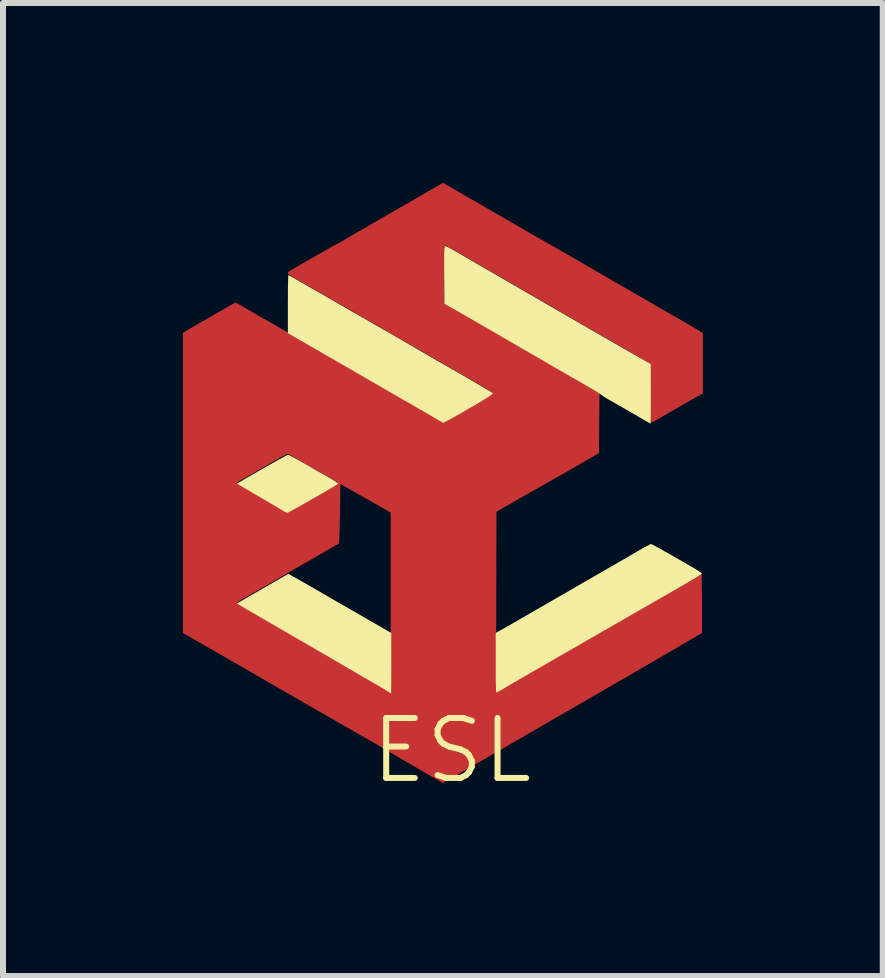
<source format=kicad_pcb>
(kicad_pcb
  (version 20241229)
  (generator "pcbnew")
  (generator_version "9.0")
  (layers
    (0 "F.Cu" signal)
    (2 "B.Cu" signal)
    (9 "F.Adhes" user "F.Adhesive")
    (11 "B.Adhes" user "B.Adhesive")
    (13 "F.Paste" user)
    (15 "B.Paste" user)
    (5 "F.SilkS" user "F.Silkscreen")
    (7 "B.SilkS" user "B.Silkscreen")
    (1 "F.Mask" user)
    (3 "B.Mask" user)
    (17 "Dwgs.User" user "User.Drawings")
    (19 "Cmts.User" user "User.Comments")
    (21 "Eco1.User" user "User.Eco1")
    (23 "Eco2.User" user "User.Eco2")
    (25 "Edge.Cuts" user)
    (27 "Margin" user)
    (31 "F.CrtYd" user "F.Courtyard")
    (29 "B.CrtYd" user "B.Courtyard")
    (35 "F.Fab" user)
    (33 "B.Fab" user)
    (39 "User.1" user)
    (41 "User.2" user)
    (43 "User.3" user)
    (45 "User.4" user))
  (footprint "ESL"
    (layer "F.Cu")
    (at 4.485 9.965)
    (property "Reference" "ESL" (at 0 -0.5 0) (unlocked yes) (layer "F.SilkS") (effects (font (size 1 1) (thickness 0.1))))
    (fp_poly (pts (xy 0.064 -9.844) (xy 0.16 -9.788) (xy 0.269 -9.725) (xy 0.378 -9.662) (xy 0.474 -9.607) (xy 0.478 -9.605) (xy 0.566 -9.554) (xy 0.66 -9.499) (xy 0.749 -9.448) (xy 0.823 -9.405) (xy 0.83 -9.401) (xy 0.913 -9.353) (xy 1.006 -9.299) (xy 1.094 -9.248) (xy 1.124 -9.231) (xy 1.266 -9.149) (xy 1.382 -9.082) (xy 1.478 -9.027) (xy 1.554 -8.984) (xy 1.614 -8.95) (xy 1.66 -8.924) (xy 1.698 -8.903) (xy 1.758 -8.869) (xy 1.835 -8.825) (xy 1.924 -8.774) (xy 2.019 -8.718) (xy 2.076 -8.686) (xy 2.248 -8.585) (xy 2.426 -8.482) (xy 2.604 -8.379) (xy 2.774 -8.281) (xy 2.931 -8.19) (xy 3.068 -8.111) (xy 3.08 -8.104) (xy 3.157 -8.06) (xy 3.247 -8.008) (xy 3.336 -7.957) (xy 3.378 -7.932) (xy 3.445 -7.893) (xy 3.531 -7.843) (xy 3.628 -7.788) (xy 3.727 -7.731) (xy 3.794 -7.693) (xy 3.88 -7.643) (xy 3.962 -7.596) (xy 4.033 -7.554) (xy 4.088 -7.522) (xy 4.119 -7.503) (xy 4.186 -7.461) (xy 4.186 -6.959) (xy 4.186 -6.456) (xy 4.088 -6.401) (xy 4.045 -6.377) (xy 3.981 -6.34) (xy 3.901 -6.294) (xy 3.81 -6.242) (xy 3.713 -6.186) (xy 3.672 -6.162) (xy 3.581 -6.11) (xy 3.498 -6.062) (xy 3.427 -6.022) (xy 3.373 -5.992) (xy 3.339 -5.974) (xy 3.331 -5.97) (xy 3.324 -5.97) (xy 3.319 -5.98) (xy 3.315 -6.002) (xy 3.312 -6.039) (xy 3.31 -6.094) (xy 3.309 -6.171) (xy 3.308 -6.271) (xy 3.308 -6.399) (xy 3.308 -6.455) (xy 3.308 -6.949) (xy 3.163 -7.035) (xy 3.095 -7.075) (xy 3.03 -7.113) (xy 2.978 -7.143) (xy 2.955 -7.156) (xy 2.925 -7.173) (xy 2.873 -7.203) (xy 2.801 -7.244) (xy 2.715 -7.294) (xy 2.617 -7.35) (xy 2.513 -7.41) (xy 2.492 -7.422) (xy 2.381 -7.486) (xy 2.27 -7.55) (xy 2.165 -7.611) (xy 2.071 -7.665) (xy 1.993 -7.71) (xy 1.937 -7.743) (xy 1.936 -7.744) (xy 1.852 -7.792) (xy 1.758 -7.847) (xy 1.669 -7.898) (xy 1.63 -7.921) (xy 1.548 -7.968) (xy 1.457 -8.021) (xy 1.371 -8.071) (xy 1.34 -8.089) (xy 1.263 -8.133) (xy 1.173 -8.185) (xy 1.084 -8.236) (xy 1.042 -8.261) (xy 1 -8.286) (xy 0.958 -8.31) (xy 0.915 -8.335) (xy 0.867 -8.363) (xy 0.811 -8.395) (xy 0.744 -8.434) (xy 0.665 -8.48) (xy 0.568 -8.535) (xy 0.452 -8.602) (xy 0.314 -8.682) (xy 0.207 -8.744) (xy 0.117 -8.796) (xy 0.036 -8.842) (xy -0.032 -8.88) (xy -0.082 -8.909) (xy -0.112 -8.925) (xy -0.118 -8.927) (xy -0.12 -8.912) (xy -0.122 -8.87) (xy -0.123 -8.803) (xy -0.125 -8.717) (xy -0.125 -8.614) (xy -0.126 -8.499) (xy -0.126 -8.445) (xy -0.126 -7.963) (xy 0.027 -7.876) (xy 0.076 -7.848) (xy 0.131 -7.816) (xy 0.195 -7.779) (xy 0.271 -7.735) (xy 0.362 -7.683) (xy 0.469 -7.621) (xy 0.596 -7.548) (xy 0.746 -7.461) (xy 0.854 -7.399) (xy 0.943 -7.347) (xy 1.054 -7.283) (xy 1.178 -7.212) (xy 1.31 -7.135) (xy 1.443 -7.058) (xy 1.571 -6.984) (xy 1.687 -6.917) (xy 1.755 -6.877) (xy 1.822 -6.839) (xy 1.883 -6.803) (xy 1.93 -6.776) (xy 1.951 -6.764) (xy 1.984 -6.746) (xy 2.036 -6.716) (xy 2.1 -6.679) (xy 2.163 -6.643) (xy 2.235 -6.602) (xy 2.304 -6.562) (xy 2.361 -6.528) (xy 2.395 -6.507) (xy 2.461 -6.465) (xy 2.457 -5.962) (xy 2.453 -5.459) (xy 2.249 -5.341) (xy 2.157 -5.288) (xy 2.054 -5.229) (xy 1.954 -5.172) (xy 1.868 -5.123) (xy 1.865 -5.121) (xy 1.777 -5.071) (xy 1.678 -5.015) (xy 1.583 -4.961) (xy 1.52 -4.925) (xy 1.452 -4.886) (xy 1.391 -4.851) (xy 1.343 -4.824) (xy 1.316 -4.81) (xy 1.291 -4.795) (xy 1.243 -4.768) (xy 1.178 -4.731) (xy 1.101 -4.687) (xy 1.016 -4.638) (xy 1.011 -4.635) (xy 0.744 -4.481) (xy 0.74 -2.988) (xy 0.74 -2.775) (xy 0.739 -2.571) (xy 0.739 -2.378) (xy 0.739 -2.198) (xy 0.739 -2.034) (xy 0.74 -1.888) (xy 0.74 -1.761) (xy 0.74 -1.657) (xy 0.741 -1.577) (xy 0.742 -1.523) (xy 0.743 -1.497) (xy 0.743 -1.496) (xy 0.759 -1.503) (xy 0.798 -1.525) (xy 0.858 -1.558) (xy 0.935 -1.602) (xy 1.026 -1.654) (xy 1.128 -1.712) (xy 1.237 -1.775) (xy 1.351 -1.84) (xy 1.418 -1.88) (xy 1.48 -1.915) (xy 1.562 -1.963) (xy 1.658 -2.018) (xy 1.76 -2.077) (xy 1.863 -2.136) (xy 1.889 -2.151) (xy 1.992 -2.211) (xy 2.115 -2.282) (xy 2.248 -2.359) (xy 2.384 -2.437) (xy 2.515 -2.513) (xy 2.594 -2.558) (xy 2.84 -2.7) (xy 3.059 -2.827) (xy 3.254 -2.939) (xy 3.426 -3.038) (xy 3.576 -3.124) (xy 3.705 -3.199) (xy 3.816 -3.262) (xy 3.908 -3.315) (xy 3.983 -3.358) (xy 4.044 -3.392) (xy 4.09 -3.418) (xy 4.124 -3.436) (xy 4.146 -3.448) (xy 4.159 -3.454) (xy 4.162 -3.455) (xy 4.164 -3.44) (xy 4.166 -3.398) (xy 4.167 -3.331) (xy 4.168 -3.244) (xy 4.169 -3.141) (xy 4.17 -3.025) (xy 4.17 -2.958) (xy 4.17 -2.46) (xy 3.892 -2.297) (xy 3.795 -2.24) (xy 3.697 -2.183) (xy 3.603 -2.128) (xy 3.523 -2.081) (xy 3.464 -2.048) (xy 3.392 -2.006) (xy 3.32 -1.964) (xy 3.257 -1.927) (xy 3.229 -1.911) (xy 3.172 -1.878) (xy 3.096 -1.834) (xy 3 -1.777) (xy 2.88 -1.708) (xy 2.735 -1.625) (xy 2.692 -1.6) (xy 2.613 -1.554) (xy 2.522 -1.501) (xy 2.432 -1.449) (xy 2.39 -1.425) (xy 2.33 -1.39) (xy 2.251 -1.345) (xy 2.159 -1.291) (xy 2.06 -1.234) (xy 1.959 -1.176) (xy 1.863 -1.121) (xy 1.778 -1.071) (xy 1.709 -1.032) (xy 1.669 -1.009) (xy 1.64 -0.993) (xy 1.59 -0.963) (xy 1.523 -0.925) (xy 1.447 -0.88) (xy 1.387 -0.845) (xy 1.305 -0.798) (xy 1.227 -0.753) (xy 1.161 -0.714) (xy 1.111 -0.685) (xy 1.089 -0.673) (xy 0.979 -0.609) (xy 0.874 -0.549) (xy 0.781 -0.495) (xy 0.704 -0.451) (xy 0.649 -0.418) (xy 0.649 -0.418) (xy 0.59 -0.383) (xy 0.528 -0.347) (xy 0.5 -0.332) (xy 0.41 -0.28) (xy 0.315 -0.226) (xy 0.223 -0.172) (xy 0.14 -0.124) (xy 0.074 -0.085) (xy 0.049 -0.071) (xy -0.008 -0.038) (xy -0.064 -0.007) (xy -0.094 0.009) (xy -0.153 0.039) (xy -0.575 -0.204) (xy -0.679 -0.265) (xy -0.776 -0.321) (xy -0.86 -0.37) (xy -0.929 -0.411) (xy -0.979 -0.441) (xy -1.007 -0.458) (xy -1.012 -0.461) (xy -1.029 -0.471) (xy -1.069 -0.495) (xy -1.132 -0.531) (xy -1.212 -0.578) (xy -1.307 -0.633) (xy -1.415 -0.695) (xy -1.531 -0.761) (xy -1.561 -0.778) (xy -1.699 -0.858) (xy -1.847 -0.942) (xy -1.997 -1.028) (xy -2.144 -1.113) (xy -2.281 -1.191) (xy -2.401 -1.26) (xy -2.47 -1.3) (xy -2.578 -1.362) (xy -2.685 -1.424) (xy -2.786 -1.482) (xy -2.875 -1.533) (xy -2.948 -1.575) (xy -2.991 -1.6) (xy -3.074 -1.648) (xy -3.167 -1.701) (xy -3.255 -1.752) (xy -3.281 -1.768) (xy -3.418 -1.847) (xy -3.535 -1.914) (xy -3.639 -1.974) (xy -3.736 -2.03) (xy -3.834 -2.087) (xy -3.941 -2.148) (xy -4.062 -2.217) (xy -4.115 -2.248) (xy -4.485 -2.46) (xy -4.485 -2.967) (xy -3.575 -2.967) (xy -3.563 -2.955) (xy -3.53 -2.932) (xy -3.483 -2.903) (xy -3.477 -2.9) (xy -3.162 -2.717) (xy -2.872 -2.549) (xy -2.607 -2.396) (xy -2.367 -2.257) (xy -2.15 -2.131) (xy -1.956 -2.019) (xy -1.783 -1.918) (xy -1.631 -1.83) (xy -1.498 -1.753) (xy -1.383 -1.687) (xy -1.287 -1.631) (xy -1.207 -1.585) (xy -1.143 -1.548) (xy -1.093 -1.52) (xy -1.058 -1.499) (xy -1.035 -1.487) (xy -1.025 -1.481) (xy -1.024 -1.48) (xy -1.023 -1.496) (xy -1.023 -1.54) (xy -1.022 -1.612) (xy -1.022 -1.708) (xy -1.021 -1.827) (xy -1.021 -1.967) (xy -1.021 -2.125) (xy -1.02 -2.3) (xy -1.02 -2.489) (xy -1.02 -2.689) (xy -1.02 -2.9) (xy -1.02 -2.974) (xy -1.02 -4.468) (xy -1.439 -4.706) (xy -1.859 -4.944) (xy -1.866 -4.452) (xy -1.869 -4.331) (xy -1.871 -4.22) (xy -1.874 -4.124) (xy -1.876 -4.046) (xy -1.879 -3.989) (xy -1.881 -3.958) (xy -1.882 -3.953) (xy -1.901 -3.941) (xy -1.945 -3.916) (xy -2.012 -3.878) (xy -2.086 -3.836) (xy -2.125 -3.813) (xy -2.181 -3.781) (xy -2.243 -3.744) (xy -2.264 -3.732) (xy -2.318 -3.7) (xy -2.361 -3.675) (xy -2.387 -3.661) (xy -2.391 -3.659) (xy -2.405 -3.652) (xy -2.442 -3.631) (xy -2.495 -3.601) (xy -2.559 -3.563) (xy -2.574 -3.555) (xy -2.784 -3.432) (xy -2.968 -3.325) (xy -3.126 -3.233) (xy -3.258 -3.157) (xy -3.365 -3.096) (xy -3.415 -3.068) (xy -3.478 -3.032) (xy -3.529 -3.001) (xy -3.563 -2.978) (xy -3.575 -2.967) (xy -4.485 -2.967) (xy -4.485 -4.963) (xy -4.485 -4.966) (xy -3.586 -4.966) (xy -3.571 -4.957) (xy -3.534 -4.934) (xy -3.478 -4.901) (xy -3.407 -4.859) (xy -3.324 -4.811) (xy -3.235 -4.759) (xy -3.143 -4.705) (xy -3.052 -4.651) (xy -2.966 -4.601) (xy -2.889 -4.556) (xy -2.824 -4.519) (xy -2.777 -4.492) (xy -2.751 -4.477) (xy -2.747 -4.475) (xy -2.732 -4.482) (xy -2.698 -4.502) (xy -2.649 -4.531) (xy -2.63 -4.542) (xy -2.582 -4.571) (xy -2.513 -4.611) (xy -2.429 -4.66) (xy -2.335 -4.714) (xy -2.237 -4.77) (xy -2.207 -4.788) (xy -2.118 -4.838) (xy -2.04 -4.884) (xy -1.976 -4.922) (xy -1.929 -4.95) (xy -1.904 -4.966) (xy -1.901 -4.969) (xy -1.915 -4.977) (xy -1.953 -4.999) (xy -2.012 -5.033) (xy -2.088 -5.077) (xy -2.177 -5.129) (xy -2.277 -5.186) (xy -2.321 -5.211) (xy -2.737 -5.449) (xy -2.815 -5.409) (xy -2.858 -5.387) (xy -2.901 -5.363) (xy -2.952 -5.335) (xy -3.014 -5.299) (xy -3.094 -5.251) (xy -3.16 -5.212) (xy -3.231 -5.171) (xy -3.315 -5.122) (xy -3.4 -5.074) (xy -3.437 -5.054) (xy -3.498 -5.02) (xy -3.546 -4.991) (xy -3.577 -4.972) (xy -3.586 -4.966) (xy -4.485 -4.966) (xy -4.485 -7.465) (xy -4.324 -7.56) (xy -4.258 -7.598) (xy -4.172 -7.648) (xy -4.074 -7.704) (xy -3.973 -7.763) (xy -3.885 -7.813) (xy -3.608 -7.972) (xy -3.501 -7.911) (xy -3.461 -7.888) (xy -3.398 -7.852) (xy -3.316 -7.805) (xy -3.22 -7.75) (xy -3.115 -7.689) (xy -3.004 -7.626) (xy -2.964 -7.603) (xy -2.846 -7.535) (xy -2.726 -7.466) (xy -2.61 -7.4) (xy -2.503 -7.338) (xy -2.411 -7.285) (xy -2.34 -7.244) (xy -2.329 -7.238) (xy -2.161 -7.141) (xy -2.019 -7.059) (xy -1.902 -6.991) (xy -1.808 -6.937) (xy -1.737 -6.897) (xy -1.688 -6.868) (xy -1.663 -6.854) (xy -1.626 -6.833) (xy -1.571 -6.801) (xy -1.506 -6.763) (xy -1.459 -6.736) (xy -1.377 -6.688) (xy -1.286 -6.635) (xy -1.2 -6.585) (xy -1.169 -6.567) (xy -1.09 -6.522) (xy -0.999 -6.469) (xy -0.911 -6.418) (xy -0.879 -6.399) (xy -0.748 -6.323) (xy -0.638 -6.259) (xy -0.54 -6.203) (xy -0.449 -6.151) (xy -0.369 -6.106) (xy -0.305 -6.07) (xy -0.247 -6.037) (xy -0.203 -6.011) (xy -0.187 -6.001) (xy -0.169 -5.991) (xy -0.151 -5.987) (xy -0.128 -5.992) (xy -0.094 -6.008) (xy -0.043 -6.036) (xy 0.009 -6.066) (xy 0.147 -6.148) (xy 0.291 -6.232) (xy 0.45 -6.323) (xy 0.544 -6.378) (xy 0.6 -6.412) (xy 0.644 -6.441) (xy 0.669 -6.461) (xy 0.674 -6.466) (xy 0.661 -6.479) (xy 0.626 -6.503) (xy 0.573 -6.536) (xy 0.509 -6.574) (xy 0.497 -6.58) (xy 0.41 -6.63) (xy 0.314 -6.685) (xy 0.222 -6.738) (xy 0.164 -6.771) (xy 0.093 -6.812) (xy 0.025 -6.851) (xy -0.033 -6.884) (xy -0.063 -6.901) (xy -0.118 -6.933) (xy -0.182 -6.97) (xy -0.211 -6.988) (xy -0.267 -7.02) (xy -0.321 -7.052) (xy -0.346 -7.066) (xy -0.475 -7.14) (xy -0.581 -7.201) (xy -0.662 -7.248) (xy -0.672 -7.254) (xy -0.731 -7.288) (xy -0.794 -7.324) (xy -0.816 -7.336) (xy -0.873 -7.369) (xy -0.932 -7.402) (xy -0.949 -7.412) (xy -1.026 -7.457) (xy -1.104 -7.503) (xy -1.176 -7.544) (xy -1.233 -7.578) (xy -1.263 -7.595) (xy -1.295 -7.614) (xy -1.348 -7.644) (xy -1.411 -7.681) (xy -1.467 -7.712) (xy -1.541 -7.755) (xy -1.617 -7.799) (xy -1.683 -7.838) (xy -1.717 -7.857) (xy -1.777 -7.892) (xy -1.836 -7.926) (xy -1.874 -7.947) (xy -1.929 -7.978) (xy -2.002 -8.02) (xy -2.086 -8.068) (xy -2.17 -8.117) (xy -2.247 -8.162) (xy -2.307 -8.198) (xy -2.314 -8.202) (xy -2.373 -8.236) (xy -2.436 -8.272) (xy -2.463 -8.288) (xy -2.561 -8.343) (xy -2.635 -8.385) (xy -2.687 -8.417) (xy -2.719 -8.44) (xy -2.735 -8.457) (xy -2.737 -8.47) (xy -2.727 -8.481) (xy -2.71 -8.493) (xy -2.673 -8.515) (xy -2.617 -8.548) (xy -2.546 -8.589) (xy -2.465 -8.636) (xy -2.376 -8.686) (xy -2.286 -8.738) (xy -2.197 -8.789) (xy -2.114 -8.836) (xy -2.041 -8.878) (xy -1.982 -8.911) (xy -1.941 -8.933) (xy -1.923 -8.943) (xy -1.922 -8.943) (xy -1.906 -8.951) (xy -1.87 -8.971) (xy -1.82 -8.999) (xy -1.8 -9.011) (xy -1.762 -9.034) (xy -1.7 -9.07) (xy -1.618 -9.118) (xy -1.519 -9.175) (xy -1.408 -9.239) (xy -1.287 -9.309) (xy -1.16 -9.382) (xy -1.106 -9.414) (xy -0.977 -9.488) (xy -0.853 -9.559) (xy -0.735 -9.627) (xy -0.629 -9.688) (xy -0.538 -9.741) (xy -0.465 -9.784) (xy -0.414 -9.813) (xy -0.4 -9.821) (xy -0.336 -9.859) (xy -0.273 -9.895) (xy -0.223 -9.923) (xy -0.211 -9.93) (xy -0.146 -9.965)) (stroke (width 0) (type solid)) (fill yes) (layer "F.Cu"))
    (fp_poly (pts (xy 0.064 -9.844) (xy 0.16 -9.788) (xy 0.269 -9.725) (xy 0.378 -9.662) (xy 0.474 -9.607) (xy 0.478 -9.605) (xy 0.566 -9.554) (xy 0.66 -9.499) (xy 0.749 -9.448) (xy 0.823 -9.405) (xy 0.83 -9.401) (xy 0.913 -9.353) (xy 1.006 -9.299) (xy 1.094 -9.248) (xy 1.124 -9.231) (xy 1.266 -9.149) (xy 1.382 -9.082) (xy 1.478 -9.027) (xy 1.554 -8.984) (xy 1.614 -8.95) (xy 1.66 -8.924) (xy 1.698 -8.903) (xy 1.758 -8.869) (xy 1.835 -8.825) (xy 1.924 -8.774) (xy 2.019 -8.718) (xy 2.076 -8.686) (xy 2.248 -8.585) (xy 2.426 -8.482) (xy 2.604 -8.379) (xy 2.774 -8.281) (xy 2.931 -8.19) (xy 3.068 -8.111) (xy 3.08 -8.104) (xy 3.157 -8.06) (xy 3.247 -8.008) (xy 3.336 -7.957) (xy 3.378 -7.932) (xy 3.445 -7.893) (xy 3.531 -7.843) (xy 3.628 -7.788) (xy 3.727 -7.731) (xy 3.794 -7.693) (xy 3.88 -7.643) (xy 3.962 -7.596) (xy 4.033 -7.554) (xy 4.088 -7.522) (xy 4.119 -7.503) (xy 4.186 -7.461) (xy 4.186 -6.959) (xy 4.186 -6.456) (xy 4.088 -6.401) (xy 4.045 -6.377) (xy 3.981 -6.34) (xy 3.901 -6.294) (xy 3.81 -6.242) (xy 3.713 -6.186) (xy 3.672 -6.162) (xy 3.581 -6.11) (xy 3.498 -6.062) (xy 3.427 -6.022) (xy 3.373 -5.992) (xy 3.339 -5.974) (xy 3.331 -5.97) (xy 3.324 -5.97) (xy 3.319 -5.98) (xy 3.315 -6.002) (xy 3.312 -6.039) (xy 3.31 -6.094) (xy 3.309 -6.171) (xy 3.308 -6.271) (xy 3.308 -6.399) (xy 3.308 -6.455) (xy 3.308 -6.949) (xy 3.163 -7.035) (xy 3.095 -7.075) (xy 3.03 -7.113) (xy 2.978 -7.143) (xy 2.955 -7.156) (xy 2.925 -7.173) (xy 2.873 -7.203) (xy 2.801 -7.244) (xy 2.715 -7.294) (xy 2.617 -7.35) (xy 2.513 -7.41) (xy 2.492 -7.422) (xy 2.381 -7.486) (xy 2.27 -7.55) (xy 2.165 -7.611) (xy 2.071 -7.665) (xy 1.993 -7.71) (xy 1.937 -7.743) (xy 1.936 -7.744) (xy 1.852 -7.792) (xy 1.758 -7.847) (xy 1.669 -7.898) (xy 1.63 -7.921) (xy 1.548 -7.968) (xy 1.457 -8.021) (xy 1.371 -8.071) (xy 1.34 -8.089) (xy 1.263 -8.133) (xy 1.173 -8.185) (xy 1.084 -8.236) (xy 1.042 -8.261) (xy 1 -8.286) (xy 0.958 -8.31) (xy 0.915 -8.335) (xy 0.867 -8.363) (xy 0.811 -8.395) (xy 0.744 -8.434) (xy 0.665 -8.48) (xy 0.568 -8.535) (xy 0.452 -8.602) (xy 0.314 -8.682) (xy 0.207 -8.744) (xy 0.117 -8.796) (xy 0.036 -8.842) (xy -0.032 -8.88) (xy -0.082 -8.909) (xy -0.112 -8.925) (xy -0.118 -8.927) (xy -0.12 -8.912) (xy -0.122 -8.87) (xy -0.123 -8.803) (xy -0.125 -8.717) (xy -0.125 -8.614) (xy -0.126 -8.499) (xy -0.126 -8.445) (xy -0.126 -7.963) (xy 0.027 -7.876) (xy 0.076 -7.848) (xy 0.131 -7.816) (xy 0.195 -7.779) (xy 0.271 -7.735) (xy 0.362 -7.683) (xy 0.469 -7.621) (xy 0.596 -7.548) (xy 0.746 -7.461) (xy 0.854 -7.399) (xy 0.943 -7.347) (xy 1.054 -7.283) (xy 1.178 -7.212) (xy 1.31 -7.135) (xy 1.443 -7.058) (xy 1.571 -6.984) (xy 1.687 -6.917) (xy 1.755 -6.877) (xy 1.822 -6.839) (xy 1.883 -6.803) (xy 1.93 -6.776) (xy 1.951 -6.764) (xy 1.984 -6.746) (xy 2.036 -6.716) (xy 2.1 -6.679) (xy 2.163 -6.643) (xy 2.235 -6.602) (xy 2.304 -6.562) (xy 2.361 -6.528) (xy 2.395 -6.507) (xy 2.461 -6.465) (xy 2.457 -5.962) (xy 2.453 -5.459) (xy 2.249 -5.341) (xy 2.157 -5.288) (xy 2.054 -5.229) (xy 1.954 -5.172) (xy 1.868 -5.123) (xy 1.865 -5.121) (xy 1.777 -5.071) (xy 1.678 -5.015) (xy 1.583 -4.961) (xy 1.52 -4.925) (xy 1.452 -4.886) (xy 1.391 -4.851) (xy 1.343 -4.824) (xy 1.316 -4.81) (xy 1.291 -4.795) (xy 1.243 -4.768) (xy 1.178 -4.731) (xy 1.101 -4.687) (xy 1.016 -4.638) (xy 1.011 -4.635) (xy 0.744 -4.481) (xy 0.74 -2.988) (xy 0.74 -2.775) (xy 0.739 -2.571) (xy 0.739 -2.378) (xy 0.739 -2.198) (xy 0.739 -2.034) (xy 0.74 -1.888) (xy 0.74 -1.761) (xy 0.74 -1.657) (xy 0.741 -1.577) (xy 0.742 -1.523) (xy 0.743 -1.497) (xy 0.743 -1.496) (xy 0.759 -1.503) (xy 0.798 -1.525) (xy 0.858 -1.558) (xy 0.935 -1.602) (xy 1.026 -1.654) (xy 1.128 -1.712) (xy 1.237 -1.775) (xy 1.351 -1.84) (xy 1.418 -1.88) (xy 1.48 -1.915) (xy 1.562 -1.963) (xy 1.658 -2.018) (xy 1.76 -2.077) (xy 1.863 -2.136) (xy 1.889 -2.151) (xy 1.992 -2.211) (xy 2.115 -2.282) (xy 2.248 -2.359) (xy 2.384 -2.437) (xy 2.515 -2.513) (xy 2.594 -2.558) (xy 2.84 -2.7) (xy 3.059 -2.827) (xy 3.254 -2.939) (xy 3.426 -3.038) (xy 3.576 -3.124) (xy 3.705 -3.199) (xy 3.816 -3.262) (xy 3.908 -3.315) (xy 3.983 -3.358) (xy 4.044 -3.392) (xy 4.09 -3.418) (xy 4.124 -3.436) (xy 4.146 -3.448) (xy 4.159 -3.454) (xy 4.162 -3.455) (xy 4.164 -3.44) (xy 4.166 -3.398) (xy 4.167 -3.331) (xy 4.168 -3.244) (xy 4.169 -3.141) (xy 4.17 -3.025) (xy 4.17 -2.958) (xy 4.17 -2.46) (xy 3.892 -2.297) (xy 3.795 -2.24) (xy 3.697 -2.183) (xy 3.603 -2.128) (xy 3.523 -2.081) (xy 3.464 -2.048) (xy 3.392 -2.006) (xy 3.32 -1.964) (xy 3.257 -1.927) (xy 3.229 -1.911) (xy 3.172 -1.878) (xy 3.096 -1.834) (xy 3 -1.777) (xy 2.88 -1.708) (xy 2.735 -1.625) (xy 2.692 -1.6) (xy 2.613 -1.554) (xy 2.522 -1.501) (xy 2.432 -1.449) (xy 2.39 -1.425) (xy 2.33 -1.39) (xy 2.251 -1.345) (xy 2.159 -1.291) (xy 2.06 -1.234) (xy 1.959 -1.176) (xy 1.863 -1.121) (xy 1.778 -1.071) (xy 1.709 -1.032) (xy 1.669 -1.009) (xy 1.64 -0.993) (xy 1.59 -0.963) (xy 1.523 -0.925) (xy 1.447 -0.88) (xy 1.387 -0.845) (xy 1.305 -0.798) (xy 1.227 -0.753) (xy 1.161 -0.714) (xy 1.111 -0.685) (xy 1.089 -0.673) (xy 0.979 -0.609) (xy 0.874 -0.549) (xy 0.781 -0.495) (xy 0.704 -0.451) (xy 0.649 -0.418) (xy 0.649 -0.418) (xy 0.59 -0.383) (xy 0.528 -0.347) (xy 0.5 -0.332) (xy 0.41 -0.28) (xy 0.315 -0.226) (xy 0.223 -0.172) (xy 0.14 -0.124) (xy 0.074 -0.085) (xy 0.049 -0.071) (xy -0.008 -0.038) (xy -0.064 -0.007) (xy -0.094 0.009) (xy -0.153 0.039) (xy -0.575 -0.204) (xy -0.679 -0.265) (xy -0.776 -0.321) (xy -0.86 -0.37) (xy -0.929 -0.411) (xy -0.979 -0.441) (xy -1.007 -0.458) (xy -1.012 -0.461) (xy -1.029 -0.471) (xy -1.069 -0.495) (xy -1.132 -0.531) (xy -1.212 -0.578) (xy -1.307 -0.633) (xy -1.415 -0.695) (xy -1.531 -0.761) (xy -1.561 -0.778) (xy -1.699 -0.858) (xy -1.847 -0.942) (xy -1.997 -1.028) (xy -2.144 -1.113) (xy -2.281 -1.191) (xy -2.401 -1.26) (xy -2.47 -1.3) (xy -2.578 -1.362) (xy -2.685 -1.424) (xy -2.786 -1.482) (xy -2.875 -1.533) (xy -2.948 -1.575) (xy -2.991 -1.6) (xy -3.074 -1.648) (xy -3.167 -1.701) (xy -3.255 -1.752) (xy -3.281 -1.768) (xy -3.418 -1.847) (xy -3.535 -1.914) (xy -3.639 -1.974) (xy -3.736 -2.03) (xy -3.834 -2.087) (xy -3.941 -2.148) (xy -4.062 -2.217) (xy -4.115 -2.248) (xy -4.485 -2.46) (xy -4.485 -2.967) (xy -3.575 -2.967) (xy -3.563 -2.955) (xy -3.53 -2.932) (xy -3.483 -2.903) (xy -3.477 -2.9) (xy -3.162 -2.717) (xy -2.872 -2.549) (xy -2.607 -2.396) (xy -2.367 -2.257) (xy -2.15 -2.131) (xy -1.956 -2.019) (xy -1.783 -1.918) (xy -1.631 -1.83) (xy -1.498 -1.753) (xy -1.383 -1.687) (xy -1.287 -1.631) (xy -1.207 -1.585) (xy -1.143 -1.548) (xy -1.093 -1.52) (xy -1.058 -1.499) (xy -1.035 -1.487) (xy -1.025 -1.481) (xy -1.024 -1.48) (xy -1.023 -1.496) (xy -1.023 -1.54) (xy -1.022 -1.612) (xy -1.022 -1.708) (xy -1.021 -1.827) (xy -1.021 -1.967) (xy -1.021 -2.125) (xy -1.02 -2.3) (xy -1.02 -2.489) (xy -1.02 -2.689) (xy -1.02 -2.9) (xy -1.02 -2.974) (xy -1.02 -4.468) (xy -1.439 -4.706) (xy -1.859 -4.944) (xy -1.866 -4.452) (xy -1.869 -4.331) (xy -1.871 -4.22) (xy -1.874 -4.124) (xy -1.876 -4.046) (xy -1.879 -3.989) (xy -1.881 -3.958) (xy -1.882 -3.953) (xy -1.901 -3.941) (xy -1.945 -3.916) (xy -2.012 -3.878) (xy -2.086 -3.836) (xy -2.125 -3.813) (xy -2.181 -3.781) (xy -2.243 -3.744) (xy -2.264 -3.732) (xy -2.318 -3.7) (xy -2.361 -3.675) (xy -2.387 -3.661) (xy -2.391 -3.659) (xy -2.405 -3.652) (xy -2.442 -3.631) (xy -2.495 -3.601) (xy -2.559 -3.563) (xy -2.574 -3.555) (xy -2.784 -3.432) (xy -2.968 -3.325) (xy -3.126 -3.233) (xy -3.258 -3.157) (xy -3.365 -3.096) (xy -3.415 -3.068) (xy -3.478 -3.032) (xy -3.529 -3.001) (xy -3.563 -2.978) (xy -3.575 -2.967) (xy -4.485 -2.967) (xy -4.485 -4.963) (xy -4.485 -4.966) (xy -3.586 -4.966) (xy -3.571 -4.957) (xy -3.534 -4.934) (xy -3.478 -4.901) (xy -3.407 -4.859) (xy -3.324 -4.811) (xy -3.235 -4.759) (xy -3.143 -4.705) (xy -3.052 -4.651) (xy -2.966 -4.601) (xy -2.889 -4.556) (xy -2.824 -4.519) (xy -2.777 -4.492) (xy -2.751 -4.477) (xy -2.747 -4.475) (xy -2.732 -4.482) (xy -2.698 -4.502) (xy -2.649 -4.531) (xy -2.63 -4.542) (xy -2.582 -4.571) (xy -2.513 -4.611) (xy -2.429 -4.66) (xy -2.335 -4.714) (xy -2.237 -4.77) (xy -2.207 -4.788) (xy -2.118 -4.838) (xy -2.04 -4.884) (xy -1.976 -4.922) (xy -1.929 -4.95) (xy -1.904 -4.966) (xy -1.901 -4.969) (xy -1.915 -4.977) (xy -1.953 -4.999) (xy -2.012 -5.033) (xy -2.088 -5.077) (xy -2.177 -5.129) (xy -2.277 -5.186) (xy -2.321 -5.211) (xy -2.737 -5.449) (xy -2.815 -5.409) (xy -2.858 -5.387) (xy -2.901 -5.363) (xy -2.952 -5.335) (xy -3.014 -5.299) (xy -3.094 -5.251) (xy -3.16 -5.212) (xy -3.231 -5.171) (xy -3.315 -5.122) (xy -3.4 -5.074) (xy -3.437 -5.054) (xy -3.498 -5.02) (xy -3.546 -4.991) (xy -3.577 -4.972) (xy -3.586 -4.966) (xy -4.485 -4.966) (xy -4.485 -7.465) (xy -4.324 -7.56) (xy -4.258 -7.598) (xy -4.172 -7.648) (xy -4.074 -7.704) (xy -3.973 -7.763) (xy -3.885 -7.813) (xy -3.608 -7.972) (xy -3.501 -7.911) (xy -3.461 -7.888) (xy -3.398 -7.852) (xy -3.316 -7.805) (xy -3.22 -7.75) (xy -3.115 -7.689) (xy -3.004 -7.626) (xy -2.964 -7.603) (xy -2.846 -7.535) (xy -2.726 -7.466) (xy -2.61 -7.4) (xy -2.503 -7.338) (xy -2.411 -7.285) (xy -2.34 -7.244) (xy -2.329 -7.238) (xy -2.161 -7.141) (xy -2.019 -7.059) (xy -1.902 -6.991) (xy -1.808 -6.937) (xy -1.737 -6.897) (xy -1.688 -6.868) (xy -1.663 -6.854) (xy -1.626 -6.833) (xy -1.571 -6.801) (xy -1.506 -6.763) (xy -1.459 -6.736) (xy -1.377 -6.688) (xy -1.286 -6.635) (xy -1.2 -6.585) (xy -1.169 -6.567) (xy -1.09 -6.522) (xy -0.999 -6.469) (xy -0.911 -6.418) (xy -0.879 -6.399) (xy -0.748 -6.323) (xy -0.638 -6.259) (xy -0.54 -6.203) (xy -0.449 -6.151) (xy -0.369 -6.106) (xy -0.305 -6.07) (xy -0.247 -6.037) (xy -0.203 -6.011) (xy -0.187 -6.001) (xy -0.169 -5.991) (xy -0.151 -5.987) (xy -0.128 -5.992) (xy -0.094 -6.008) (xy -0.043 -6.036) (xy 0.009 -6.066) (xy 0.147 -6.148) (xy 0.291 -6.232) (xy 0.45 -6.323) (xy 0.544 -6.378) (xy 0.6 -6.412) (xy 0.644 -6.441) (xy 0.669 -6.461) (xy 0.674 -6.466) (xy 0.661 -6.479) (xy 0.626 -6.503) (xy 0.573 -6.536) (xy 0.509 -6.574) (xy 0.497 -6.58) (xy 0.41 -6.63) (xy 0.314 -6.685) (xy 0.222 -6.738) (xy 0.164 -6.771) (xy 0.093 -6.812) (xy 0.025 -6.851) (xy -0.033 -6.884) (xy -0.063 -6.901) (xy -0.118 -6.933) (xy -0.182 -6.97) (xy -0.211 -6.988) (xy -0.267 -7.02) (xy -0.321 -7.052) (xy -0.346 -7.066) (xy -0.475 -7.14) (xy -0.581 -7.201) (xy -0.662 -7.248) (xy -0.672 -7.254) (xy -0.731 -7.288) (xy -0.794 -7.324) (xy -0.816 -7.336) (xy -0.873 -7.369) (xy -0.932 -7.402) (xy -0.949 -7.412) (xy -1.026 -7.457) (xy -1.104 -7.503) (xy -1.176 -7.544) (xy -1.233 -7.578) (xy -1.263 -7.595) (xy -1.295 -7.614) (xy -1.348 -7.644) (xy -1.411 -7.681) (xy -1.467 -7.712) (xy -1.541 -7.755) (xy -1.617 -7.799) (xy -1.683 -7.838) (xy -1.717 -7.857) (xy -1.777 -7.892) (xy -1.836 -7.926) (xy -1.874 -7.947) (xy -1.929 -7.978) (xy -2.002 -8.02) (xy -2.086 -8.068) (xy -2.17 -8.117) (xy -2.247 -8.162) (xy -2.307 -8.198) (xy -2.314 -8.202) (xy -2.373 -8.236) (xy -2.436 -8.272) (xy -2.463 -8.288) (xy -2.561 -8.343) (xy -2.635 -8.385) (xy -2.687 -8.417) (xy -2.719 -8.44) (xy -2.735 -8.457) (xy -2.737 -8.47) (xy -2.727 -8.481) (xy -2.71 -8.493) (xy -2.673 -8.515) (xy -2.617 -8.548) (xy -2.546 -8.589) (xy -2.465 -8.636) (xy -2.376 -8.686) (xy -2.286 -8.738) (xy -2.197 -8.789) (xy -2.114 -8.836) (xy -2.041 -8.878) (xy -1.982 -8.911) (xy -1.941 -8.933) (xy -1.923 -8.943) (xy -1.922 -8.943) (xy -1.906 -8.951) (xy -1.87 -8.971) (xy -1.82 -8.999) (xy -1.8 -9.011) (xy -1.762 -9.034) (xy -1.7 -9.07) (xy -1.618 -9.118) (xy -1.519 -9.175) (xy -1.408 -9.239) (xy -1.287 -9.309) (xy -1.16 -9.382) (xy -1.106 -9.414) (xy -0.977 -9.488) (xy -0.853 -9.559) (xy -0.735 -9.627) (xy -0.629 -9.688) (xy -0.538 -9.741) (xy -0.465 -9.784) (xy -0.414 -9.813) (xy -0.4 -9.821) (xy -0.336 -9.859) (xy -0.273 -9.895) (xy -0.223 -9.923) (xy -0.211 -9.93) (xy -0.146 -9.965)) (stroke (width 0) (type solid)) (fill yes) (layer "F.Mask"))
    (fp_poly (pts (xy -2.713 -5.425) (xy -2.672 -5.404) (xy -2.612 -5.371) (xy -2.538 -5.33) (xy -2.453 -5.283) (xy -2.422 -5.265) (xy -2.326 -5.21) (xy -2.231 -5.155) (xy -2.143 -5.105) (xy -2.068 -5.062) (xy -2.013 -5.031) (xy -2.008 -5.028) (xy -1.956 -4.996) (xy -1.917 -4.969) (xy -1.899 -4.951) (xy -1.898 -4.946) (xy -1.917 -4.933) (xy -1.958 -4.908) (xy -2.018 -4.873) (xy -2.092 -4.829) (xy -2.177 -4.78) (xy -2.268 -4.728) (xy -2.362 -4.674) (xy -2.454 -4.622) (xy -2.54 -4.574) (xy -2.616 -4.531) (xy -2.678 -4.497) (xy -2.723 -4.473) (xy -2.745 -4.462) (xy -2.747 -4.461) (xy -2.765 -4.469) (xy -2.802 -4.49) (xy -2.852 -4.519) (xy -2.868 -4.529) (xy -2.931 -4.567) (xy -3.009 -4.613) (xy -3.088 -4.66) (xy -3.127 -4.682) (xy -3.208 -4.73) (xy -3.302 -4.785) (xy -3.392 -4.837) (xy -3.43 -4.859) (xy -3.584 -4.949) (xy -3.54 -4.976) (xy -3.48 -5.012) (xy -3.406 -5.055) (xy -3.321 -5.104) (xy -3.23 -5.157) (xy -3.135 -5.211) (xy -3.042 -5.264) (xy -2.954 -5.313) (xy -2.875 -5.357) (xy -2.81 -5.392) (xy -2.762 -5.418) (xy -2.735 -5.431) (xy -2.732 -5.432)) (stroke (width 0) (type solid)) (fill yes) (layer "F.SilkS"))
    (fp_poly (pts (xy -2.641 -3.398) (xy -2.604 -3.378) (xy -2.546 -3.345) (xy -2.468 -3.3) (xy -2.377 -3.248) (xy -2.277 -3.191) (xy -2.172 -3.13) (xy -2.162 -3.124) (xy -2.034 -3.05) (xy -1.89 -2.967) (xy -1.738 -2.88) (xy -1.59 -2.794) (xy -1.454 -2.716) (xy -1.391 -2.679) (xy -1.011 -2.461) (xy -1.01 -1.955) (xy -1.01 -1.833) (xy -1.011 -1.721) (xy -1.011 -1.624) (xy -1.012 -1.545) (xy -1.012 -1.488) (xy -1.013 -1.456) (xy -1.014 -1.451) (xy -1.028 -1.459) (xy -1.059 -1.479) (xy -1.073 -1.488) (xy -1.108 -1.509) (xy -1.163 -1.542) (xy -1.229 -1.582) (xy -1.3 -1.623) (xy -1.388 -1.673) (xy -1.487 -1.731) (xy -1.582 -1.787) (xy -1.637 -1.819) (xy -1.723 -1.869) (xy -1.819 -1.925) (xy -1.911 -1.979) (xy -1.959 -2.007) (xy -2.038 -2.053) (xy -2.124 -2.103) (xy -2.203 -2.148) (xy -2.241 -2.17) (xy -2.307 -2.209) (xy -2.389 -2.256) (xy -2.475 -2.306) (xy -2.539 -2.343) (xy -2.69 -2.43) (xy -2.817 -2.504) (xy -2.926 -2.567) (xy -3.019 -2.621) (xy -3.101 -2.669) (xy -3.142 -2.693) (xy -3.217 -2.736) (xy -3.297 -2.783) (xy -3.368 -2.824) (xy -3.385 -2.834) (xy -3.444 -2.868) (xy -3.497 -2.899) (xy -3.536 -2.922) (xy -3.54 -2.924) (xy -3.584 -2.95) (xy -3.532 -2.982) (xy -3.505 -2.998) (xy -3.454 -3.028) (xy -3.385 -3.068) (xy -3.301 -3.116) (xy -3.206 -3.171) (xy -3.105 -3.229) (xy -3.103 -3.23) (xy -2.727 -3.446)) (stroke (width 0) (type solid)) (fill yes) (layer "F.SilkS"))
    (fp_poly (pts (xy -2.711 -8.419) (xy -2.673 -8.399) (xy -2.62 -8.37) (xy -2.555 -8.333) (xy -2.55 -8.33) (xy -2.494 -8.298) (xy -2.44 -8.267) (xy -2.386 -8.236) (xy -2.325 -8.201) (xy -2.255 -8.16) (xy -2.17 -8.112) (xy -2.067 -8.052) (xy -1.942 -7.979) (xy -1.939 -7.978) (xy -1.867 -7.936) (xy -1.778 -7.885) (xy -1.683 -7.83) (xy -1.591 -7.778) (xy -1.574 -7.768) (xy -1.506 -7.729) (xy -1.431 -7.686) (xy -1.348 -7.638) (xy -1.253 -7.583) (xy -1.143 -7.52) (xy -1.017 -7.448) (xy -0.872 -7.364) (xy -0.705 -7.267) (xy -0.514 -7.156) (xy -0.5 -7.148) (xy -0.417 -7.1) (xy -0.313 -7.04) (xy -0.194 -6.971) (xy -0.066 -6.898) (xy 0.063 -6.824) (xy 0.189 -6.752) (xy 0.213 -6.738) (xy 0.321 -6.675) (xy 0.421 -6.617) (xy 0.51 -6.565) (xy 0.583 -6.522) (xy 0.638 -6.489) (xy 0.671 -6.468) (xy 0.679 -6.462) (xy 0.68 -6.453) (xy 0.667 -6.439) (xy 0.638 -6.417) (xy 0.592 -6.386) (xy 0.526 -6.345) (xy 0.438 -6.292) (xy 0.325 -6.226) (xy 0.286 -6.204) (xy 0.183 -6.144) (xy 0.088 -6.09) (xy 0.005 -6.044) (xy -0.062 -6.006) (xy -0.111 -5.98) (xy -0.137 -5.968) (xy -0.141 -5.967) (xy -0.163 -5.975) (xy -0.198 -5.994) (xy -0.202 -5.996) (xy -0.226 -6.01) (xy -0.274 -6.038) (xy -0.342 -6.078) (xy -0.428 -6.128) (xy -0.528 -6.186) (xy -0.639 -6.25) (xy -0.758 -6.319) (xy -0.79 -6.337) (xy -0.92 -6.412) (xy -1.072 -6.5) (xy -1.238 -6.596) (xy -1.414 -6.697) (xy -1.593 -6.801) (xy -1.77 -6.903) (xy -1.938 -7) (xy -2.033 -7.055) (xy -2.735 -7.46) (xy -2.735 -7.943) (xy -2.734 -8.063) (xy -2.734 -8.172) (xy -2.733 -8.266) (xy -2.731 -8.342) (xy -2.729 -8.396) (xy -2.728 -8.424) (xy -2.727 -8.427)) (stroke (width 0) (type solid)) (fill yes) (layer "F.SilkS"))
    (fp_poly (pts (xy -0.091 -8.905) (xy -0.049 -8.885) (xy 0.004 -8.856) (xy 0.025 -8.844) (xy 0.074 -8.816) (xy 0.145 -8.775) (xy 0.23 -8.725) (xy 0.325 -8.671) (xy 0.422 -8.614) (xy 0.448 -8.599) (xy 0.543 -8.544) (xy 0.633 -8.492) (xy 0.715 -8.445) (xy 0.782 -8.406) (xy 0.83 -8.378) (xy 0.84 -8.372) (xy 1.234 -8.144) (xy 1.64 -7.909) (xy 2.045 -7.675) (xy 2.436 -7.449) (xy 2.439 -7.447) (xy 2.553 -7.382) (xy 2.68 -7.309) (xy 2.81 -7.234) (xy 2.933 -7.163) (xy 3.031 -7.108) (xy 3.316 -6.945) (xy 3.317 -6.447) (xy 3.317 -6.326) (xy 3.317 -6.215) (xy 3.316 -6.119) (xy 3.316 -6.041) (xy 3.315 -5.985) (xy 3.314 -5.955) (xy 3.314 -5.95) (xy 3.299 -5.958) (xy 3.262 -5.979) (xy 3.207 -6.011) (xy 3.136 -6.052) (xy 3.056 -6.099) (xy 3.043 -6.106) (xy 2.95 -6.16) (xy 2.856 -6.214) (xy 2.769 -6.264) (xy 2.695 -6.307) (xy 2.648 -6.333) (xy 2.585 -6.369) (xy 2.528 -6.404) (xy 2.486 -6.433) (xy 2.475 -6.441) (xy 2.442 -6.465) (xy 2.39 -6.498) (xy 2.329 -6.535) (xy 2.306 -6.548) (xy 2.243 -6.585) (xy 2.183 -6.619) (xy 2.137 -6.645) (xy 2.126 -6.651) (xy 2.099 -6.667) (xy 2.049 -6.696) (xy 1.979 -6.736) (xy 1.893 -6.786) (xy 1.796 -6.842) (xy 1.69 -6.903) (xy 1.64 -6.932) (xy 1.539 -6.991) (xy 1.424 -7.058) (xy 1.298 -7.13) (xy 1.165 -7.207) (xy 1.028 -7.287) (xy 0.889 -7.367) (xy 0.753 -7.446) (xy 0.621 -7.522) (xy 0.498 -7.593) (xy 0.387 -7.657) (xy 0.29 -7.713) (xy 0.211 -7.759) (xy 0.152 -7.792) (xy 0.119 -7.812) (xy 0.076 -7.836) (xy 0.019 -7.869) (xy -0.03 -7.896) (xy -0.124 -7.95) (xy -0.128 -8.431) (xy -0.129 -8.572) (xy -0.129 -8.685) (xy -0.129 -8.771) (xy -0.127 -8.834) (xy -0.124 -8.877) (xy -0.12 -8.902) (xy -0.114 -8.912) (xy -0.113 -8.913)) (stroke (width 0) (type solid)) (fill yes) (layer "F.SilkS"))
    (fp_poly (pts (xy 3.341 -3.935) (xy 3.388 -3.911) (xy 3.461 -3.871) (xy 3.56 -3.815) (xy 3.685 -3.744) (xy 3.835 -3.658) (xy 4.01 -3.557) (xy 4.014 -3.555) (xy 4.076 -3.518) (xy 4.126 -3.486) (xy 4.159 -3.462) (xy 4.171 -3.451) (xy 4.158 -3.441) (xy 4.121 -3.416) (xy 4.062 -3.38) (xy 3.984 -3.334) (xy 3.891 -3.279) (xy 3.785 -3.217) (xy 3.668 -3.149) (xy 3.623 -3.123) (xy 3.497 -3.051) (xy 3.373 -2.98) (xy 3.255 -2.912) (xy 3.148 -2.851) (xy 3.056 -2.798) (xy 2.982 -2.756) (xy 2.931 -2.726) (xy 2.925 -2.723) (xy 2.858 -2.684) (xy 2.795 -2.648) (xy 2.744 -2.619) (xy 2.722 -2.606) (xy 2.694 -2.59) (xy 2.644 -2.561) (xy 2.574 -2.521) (xy 2.489 -2.472) (xy 2.392 -2.416) (xy 2.288 -2.356) (xy 2.259 -2.34) (xy 2.139 -2.27) (xy 2.011 -2.196) (xy 1.882 -2.123) (xy 1.761 -2.053) (xy 1.654 -1.991) (xy 1.577 -1.947) (xy 1.444 -1.871) (xy 1.329 -1.805) (xy 1.223 -1.743) (xy 1.117 -1.682) (xy 1.002 -1.614) (xy 0.9 -1.554) (xy 0.839 -1.519) (xy 0.788 -1.49) (xy 0.752 -1.471) (xy 0.739 -1.465) (xy 0.737 -1.48) (xy 0.735 -1.523) (xy 0.734 -1.59) (xy 0.732 -1.676) (xy 0.731 -1.78) (xy 0.731 -1.896) (xy 0.731 -1.963) (xy 0.731 -2.461) (xy 0.805 -2.502) (xy 0.851 -2.527) (xy 0.914 -2.563) (xy 0.984 -2.603) (xy 1.028 -2.629) (xy 1.084 -2.66) (xy 1.16 -2.705) (xy 1.253 -2.758) (xy 1.356 -2.818) (xy 1.463 -2.879) (xy 1.546 -2.927) (xy 1.66 -2.993) (xy 1.781 -3.063) (xy 1.902 -3.132) (xy 2.014 -3.197) (xy 2.11 -3.253) (xy 2.157 -3.28) (xy 2.256 -3.337) (xy 2.371 -3.403) (xy 2.492 -3.473) (xy 2.606 -3.539) (xy 2.667 -3.574) (xy 2.766 -3.631) (xy 2.871 -3.692) (xy 2.973 -3.751) (xy 3.064 -3.804) (xy 3.118 -3.835) (xy 3.187 -3.875) (xy 3.247 -3.907) (xy 3.293 -3.931) (xy 3.318 -3.942) (xy 3.321 -3.943)) (stroke (width 0) (type solid)) (fill yes) (layer "F.SilkS")))
  (gr_rect
    (start -3 -3)
    (end 11.67 13.226)
    (stroke (width 0.1) (type default))
    (fill no)
    (layer "Edge.Cuts")))
</source>
